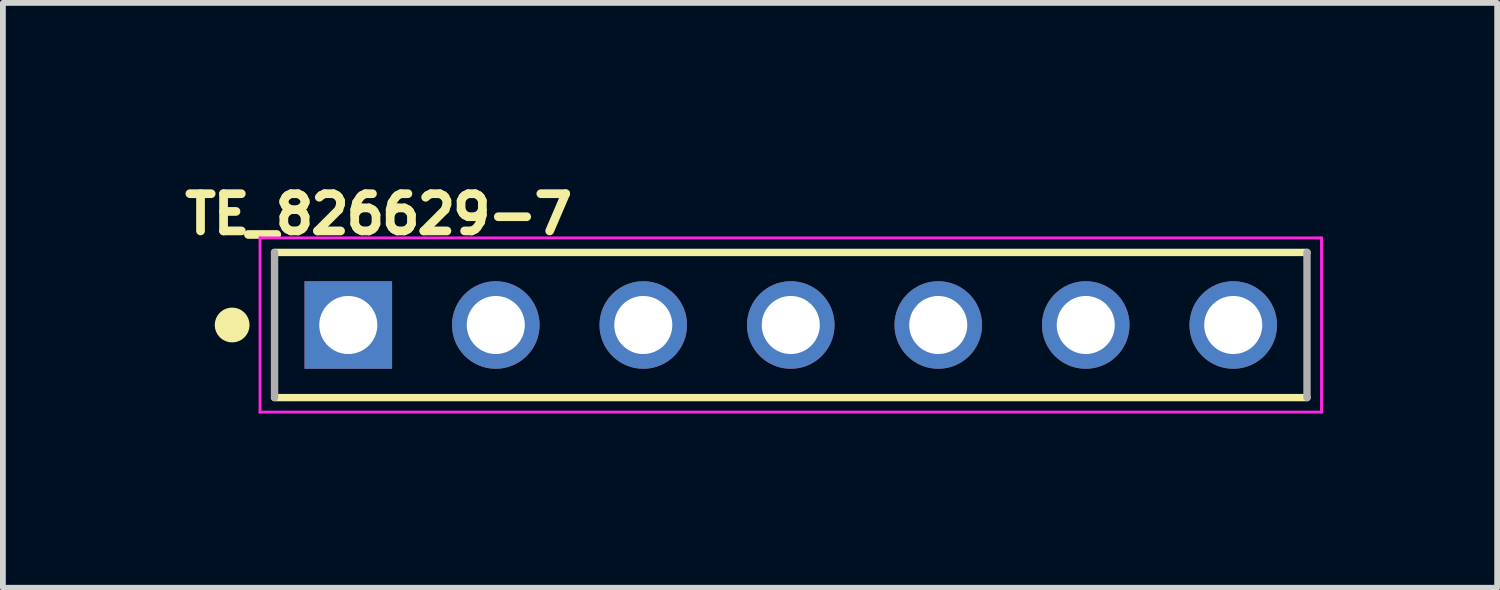
<source format=kicad_pcb>
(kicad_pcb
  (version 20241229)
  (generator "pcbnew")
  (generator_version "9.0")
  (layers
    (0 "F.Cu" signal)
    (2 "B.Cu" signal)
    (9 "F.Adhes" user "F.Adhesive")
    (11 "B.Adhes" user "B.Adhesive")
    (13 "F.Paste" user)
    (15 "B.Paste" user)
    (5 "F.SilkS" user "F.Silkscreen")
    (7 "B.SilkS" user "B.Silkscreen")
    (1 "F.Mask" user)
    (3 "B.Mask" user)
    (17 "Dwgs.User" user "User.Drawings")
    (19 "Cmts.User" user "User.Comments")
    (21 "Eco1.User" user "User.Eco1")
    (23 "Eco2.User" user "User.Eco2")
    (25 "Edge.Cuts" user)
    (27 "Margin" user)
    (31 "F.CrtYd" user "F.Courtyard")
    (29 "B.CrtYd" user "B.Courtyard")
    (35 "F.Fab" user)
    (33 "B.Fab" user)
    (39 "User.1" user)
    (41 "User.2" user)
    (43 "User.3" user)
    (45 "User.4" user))
  (footprint "TE_826629-7"
    (layer "F.Cu")
    (at 10.568 2.547)
    (property "Reference" "TE_826629-7" (at -7.097 -1.909 0) (layer "F.SilkS") (effects (font (size 0.641 0.641) (thickness 0.15))))
    (attr through_hole)
    (fp_line (start -8.89 1.25) (end 8.89 1.25) (stroke (width 0.127) (type solid)) (layer "F.SilkS"))
    (fp_line (start 8.89 -1.25) (end -8.89 -1.25) (stroke (width 0.127) (type solid)) (layer "F.SilkS"))
    (fp_circle (center -9.62 0) (end -9.47 0) (stroke (width 0.3) (type solid)) (fill no) (layer "F.SilkS"))
    (fp_line (start -9.14 -1.5) (end -9.14 1.5) (stroke (width 0.05) (type solid)) (layer "F.CrtYd"))
    (fp_line (start -9.14 1.5) (end 9.14 1.5) (stroke (width 0.05) (type solid)) (layer "F.CrtYd"))
    (fp_line (start 9.14 -1.5) (end -9.14 -1.5) (stroke (width 0.05) (type solid)) (layer "F.CrtYd"))
    (fp_line (start 9.14 1.5) (end 9.14 -1.5) (stroke (width 0.05) (type solid)) (layer "F.CrtYd"))
    (fp_line (start -8.89 -1.25) (end -8.89 1.25) (stroke (width 0.127) (type solid)) (layer "F.Fab"))
    (fp_line (start 8.89 1.25) (end 8.89 -1.25) (stroke (width 0.127) (type solid)) (layer "F.Fab"))
    (pad "1" thru_hole rect (at -7.62 0) (size 1.508 1.508) (drill 1) (layers "*.Cu" "*.Mask"))
    (pad "2" thru_hole circle (at -5.08 0) (size 1.508 1.508) (drill 1) (layers "*.Cu" "*.Mask"))
    (pad "3" thru_hole circle (at -2.54 0) (size 1.508 1.508) (drill 1) (layers "*.Cu" "*.Mask"))
    (pad "4" thru_hole circle (at 0 0) (size 1.508 1.508) (drill 1) (layers "*.Cu" "*.Mask"))
    (pad "5" thru_hole circle (at 2.54 0) (size 1.508 1.508) (drill 1) (layers "*.Cu" "*.Mask"))
    (pad "6" thru_hole circle (at 5.08 0) (size 1.508 1.508) (drill 1) (layers "*.Cu" "*.Mask"))
    (pad "7" thru_hole circle (at 7.62 0) (size 1.508 1.508) (drill 1) (layers "*.Cu" "*.Mask")))
  (gr_rect
    (start -3 -3)
    (end 22.733 7.072)
    (stroke (width 0.1) (type default))
    (fill no)
    (layer "Edge.Cuts")))
</source>
